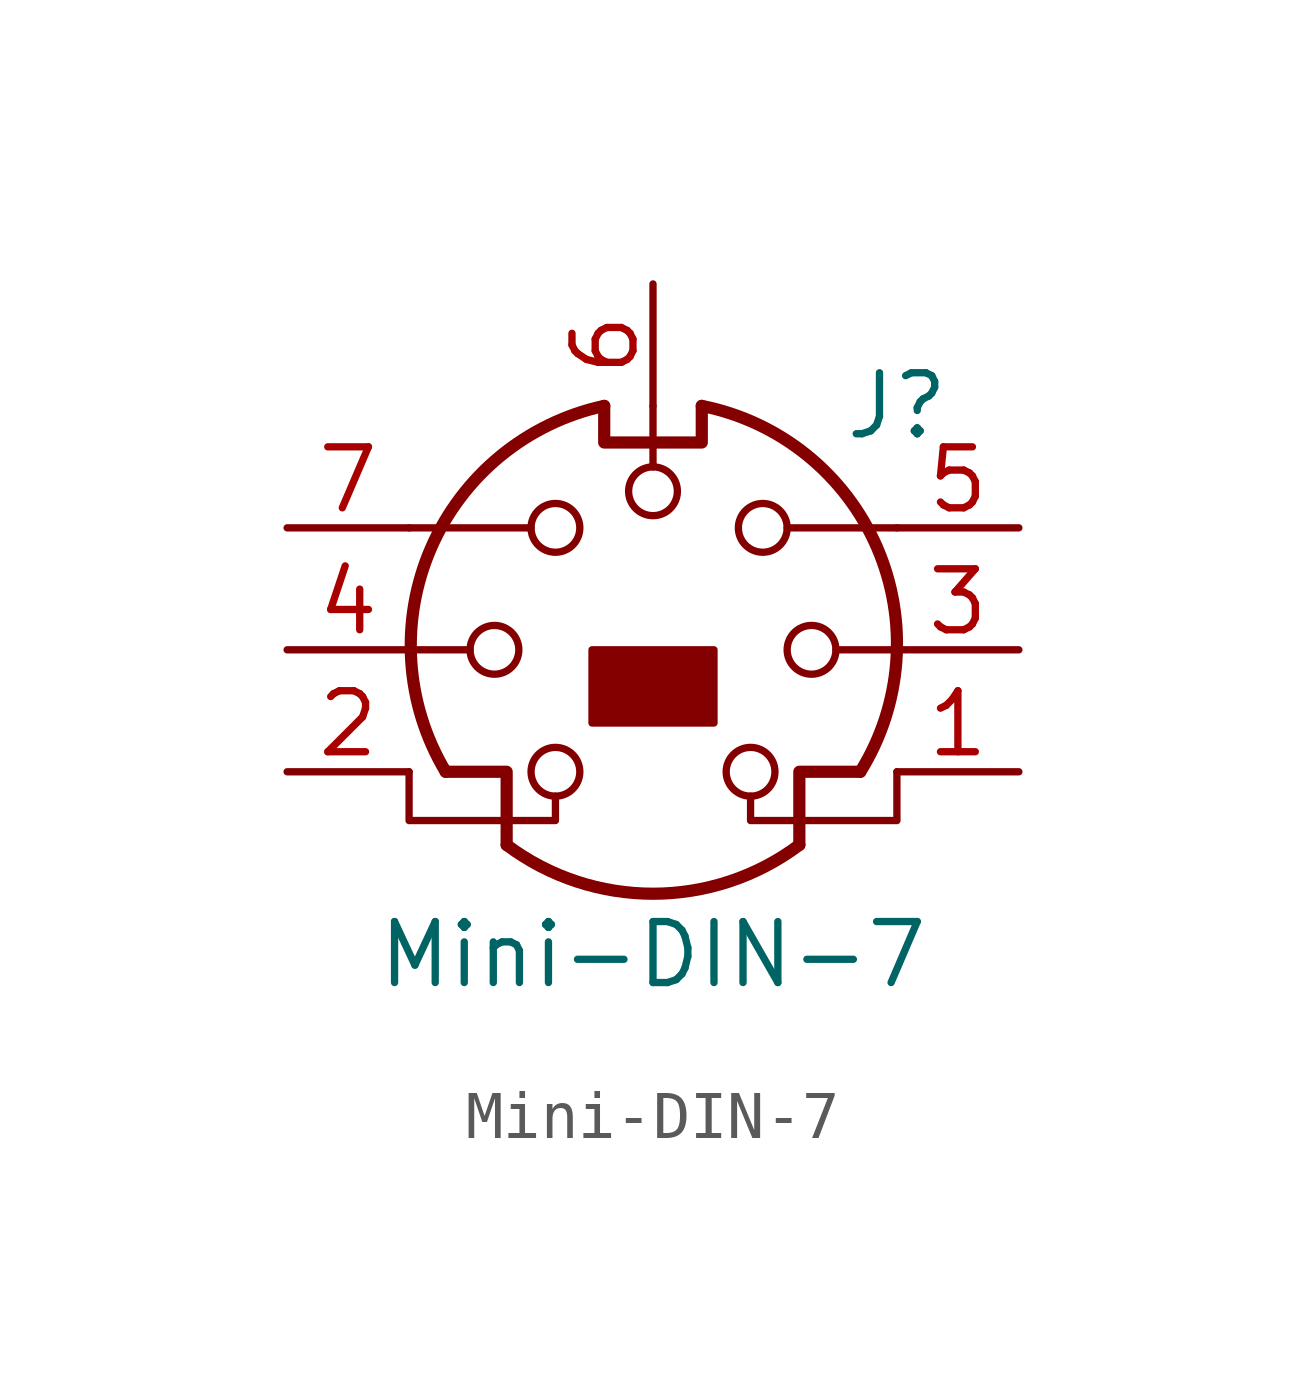
<source format=kicad_sym>
(kicad_symbol_lib
  (version 20241209)
  (generator "kicad_symbol_editor")
  (generator_version "9.0")
  (symbol "Mini-DIN-7"
    (pin_names
      (offset 1.016))
    (property "Reference" "J"
      (at 5.08 5.08 0)
      (effects (font (size 1.27 1.27))))
    (property "Value" "Mini-DIN-7"
      (at 0 -6.35 0)
      (effects (font (size 1.27 1.27))))
    (symbol "Mini-DIN-7_0_1"
      (polyline (pts (xy -4.318 -2.54) (xy -3.048 -2.54) (xy -3.048 -4.064)) (stroke (width 0.254) (type default)) (fill (type none)))
      (polyline (pts (xy -3.81 0) (xy -5.08 0)) (stroke (width 0) (type default)) (fill (type none)))
      (circle (center -3.302 0) (radius 0.508) (stroke (width 0) (type default)) (fill (type none)))
      (polyline (pts (xy -2.54 2.54) (xy -5.08 2.54)) (stroke (width 0) (type default)) (fill (type none)))
      (circle (center -2.032 2.54) (radius 0.508) (stroke (width 0) (type default)) (fill (type none)))
      (circle (center -2.032 -2.54) (radius 0.508) (stroke (width 0) (type default)) (fill (type none)))
      (polyline (pts (xy -2.032 -3.048) (xy -2.032 -3.556) (xy -5.08 -3.556) (xy -5.08 -2.54)) (stroke (width 0) (type default)) (fill (type none)))
      (polyline (pts (xy -1.016 5.08) (xy -1.016 4.318) (xy 1.016 4.318) (xy 1.016 5.08)) (stroke (width 0.254) (type default)) (fill (type none)))
      (polyline (pts (xy 0 3.81) (xy 0 5.08)) (stroke (width 0) (type default)) (fill (type none)))
      (circle (center 0 3.302) (radius 0.508) (stroke (width 0) (type default)) (fill (type none)))
      (arc (start 3.048 -4.064) (mid 0 -5.08) (end -3.048 -4.064) (stroke (width 0.254) (type default)) (fill (type none)))
      (arc (start 1.016 5.08) (mid 4.6646 2.1356) (end 4.318 -2.54) (stroke (width 0.254) (type default)) (fill (type none)))
      (arc (start -4.318 -2.54) (mid -4.6241 2.1181) (end -1.016 5.08) (stroke (width 0.254) (type default)) (fill (type none)))
      (circle (center 2.032 -2.54) (radius 0.508) (stroke (width 0) (type default)) (fill (type none)))
      (polyline (pts (xy 2.032 -3.048) (xy 2.032 -3.556) (xy 5.08 -3.556) (xy 5.08 -2.54)) (stroke (width 0) (type default)) (fill (type none)))
      (circle (center 2.286 2.54) (radius 0.508) (stroke (width 0) (type default)) (fill (type none)))
      (polyline (pts (xy 2.794 2.54) (xy 5.08 2.54)) (stroke (width 0) (type default)) (fill (type none)))
      (circle (center 3.302 0) (radius 0.508) (stroke (width 0) (type default)) (fill (type none)))
      (polyline (pts (xy 4.318 -2.54) (xy 3.048 -2.54) (xy 3.048 -4.064)) (stroke (width 0.254) (type default)) (fill (type none)))
      (polyline (pts (xy 5.08 0) (xy 3.81 0)) (stroke (width 0) (type default)) (fill (type none))))
    (symbol "Mini-DIN-7_1_1"
      (rectangle (start -1.27 -1.524) (end 1.27 0) (stroke (width 0) (type default)) (fill (type outline)))
      (pin passive line (at -7.62 2.54 0) (length 2.54) (name "~" (effects (font (size 1.27 1.27)))) (number "7" (effects (font (size 1.27 1.27)))))
      (pin passive line (at -7.62 0 0) (length 2.54) (name "~" (effects (font (size 1.27 1.27)))) (number "4" (effects (font (size 1.27 1.27)))))
      (pin passive line (at -7.62 -2.54 0) (length 2.54) (name "~" (effects (font (size 1.27 1.27)))) (number "2" (effects (font (size 1.27 1.27)))))
      (pin passive line (at 0 7.62 270) (length 2.54) (name "~" (effects (font (size 1.27 1.27)))) (number "6" (effects (font (size 1.27 1.27)))))
      (pin passive line (at 7.62 2.54 180) (length 2.54) (name "~" (effects (font (size 1.27 1.27)))) (number "5" (effects (font (size 1.27 1.27)))))
      (pin passive line (at 7.62 0 180) (length 2.54) (name "~" (effects (font (size 1.27 1.27)))) (number "3" (effects (font (size 1.27 1.27)))))
      (pin passive line (at 7.62 -2.54 180) (length 2.54) (name "~" (effects (font (size 1.27 1.27)))) (number "1" (effects (font (size 1.27 1.27))))))))
</source>
